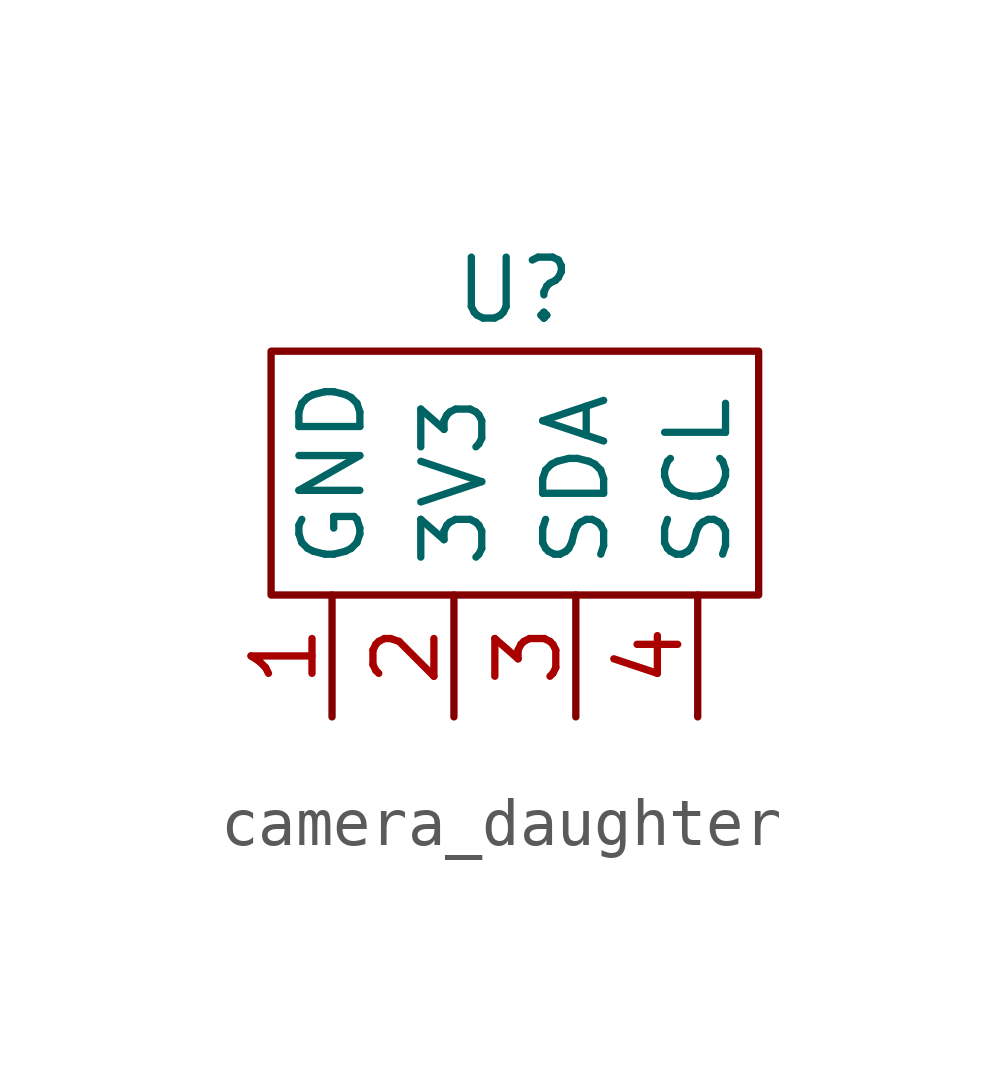
<source format=kicad_sym>
(kicad_symbol_lib
  (version 20220914)
  (generator kicad_symbol_editor)
  (symbol "camera_daughter"
    (property "Reference" "U"
      (at 0 0 0)
      (effects (font (size 1.27 1.27))))
    (property "Value" ""
      (at 0 0 0)
      (effects (font (size 1.27 1.27))))
    (symbol "camera_daughter_0_1"
      (rectangle (start -5.08 -1.27) (end 5.08 -6.35) (stroke (width 0) (type default)) (fill (type none))))
    (symbol "camera_daughter_1_1"
      (pin input line (at -3.81 -8.89 90) (length 2.54) (name "GND" (effects (font (size 1.27 1.27)))) (number "1" (effects (font (size 1.27 1.27)))))
      (pin input line (at -1.27 -8.89 90) (length 2.54) (name "3V3" (effects (font (size 1.27 1.27)))) (number "2" (effects (font (size 1.27 1.27)))))
      (pin input line (at 1.27 -8.89 90) (length 2.54) (name "SDA" (effects (font (size 1.27 1.27)))) (number "3" (effects (font (size 1.27 1.27)))))
      (pin input line (at 3.81 -8.89 90) (length 2.54) (name "SCL" (effects (font (size 1.27 1.27)))) (number "4" (effects (font (size 1.27 1.27))))))))
</source>
